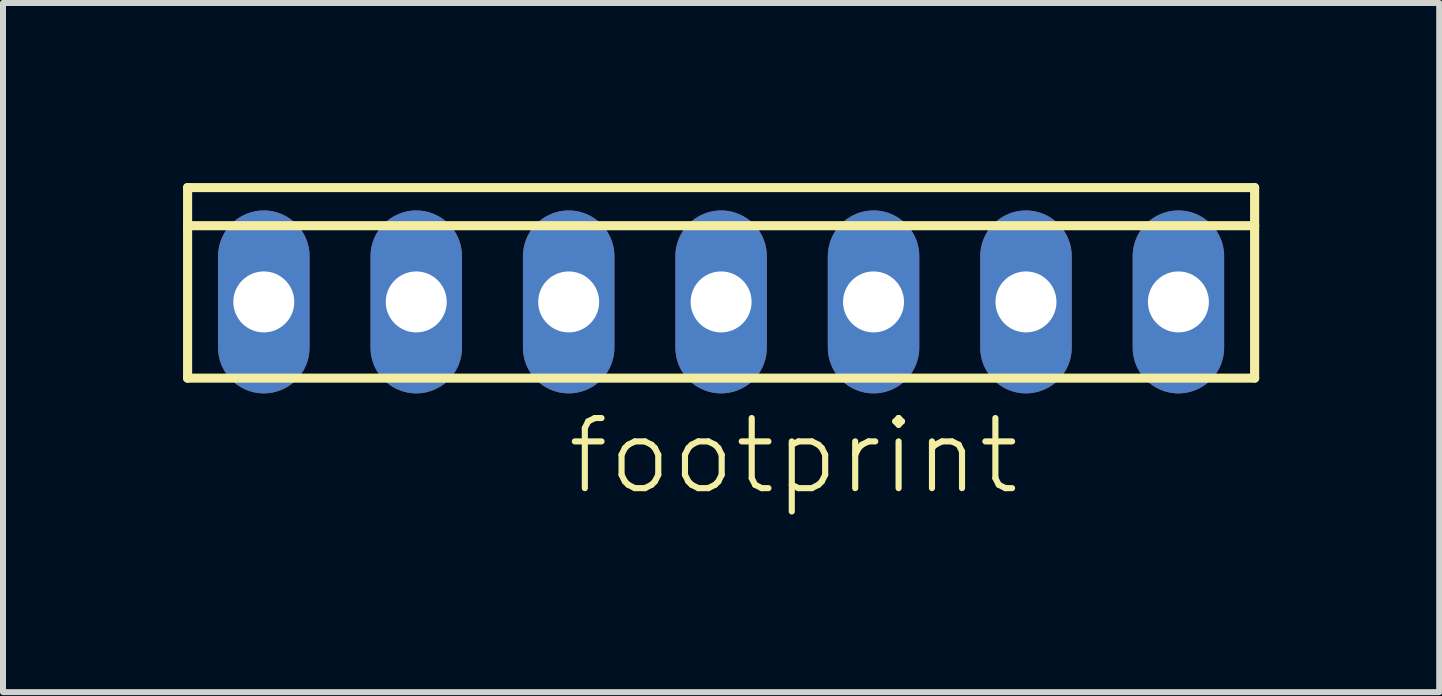
<source format=kicad_pcb>
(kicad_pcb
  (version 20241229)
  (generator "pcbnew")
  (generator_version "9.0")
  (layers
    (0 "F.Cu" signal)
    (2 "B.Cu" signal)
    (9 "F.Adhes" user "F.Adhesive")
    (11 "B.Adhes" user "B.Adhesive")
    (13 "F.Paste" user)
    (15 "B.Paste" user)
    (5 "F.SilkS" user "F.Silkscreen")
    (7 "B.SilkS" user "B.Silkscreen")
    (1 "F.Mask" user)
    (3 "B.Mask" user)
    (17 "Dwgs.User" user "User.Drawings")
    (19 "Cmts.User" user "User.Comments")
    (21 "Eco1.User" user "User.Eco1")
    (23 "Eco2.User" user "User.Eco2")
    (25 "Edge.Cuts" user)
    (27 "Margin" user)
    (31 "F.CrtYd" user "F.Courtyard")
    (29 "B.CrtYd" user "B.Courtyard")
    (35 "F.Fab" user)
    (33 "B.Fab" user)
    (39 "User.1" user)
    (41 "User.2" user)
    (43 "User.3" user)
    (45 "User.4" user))
  (footprint "footprint"
    (layer "F.Cu")
    (at 8.966 1.981)
    (property "Reference" "footprint" (at -2.616 3.251 0) (layer "F.SilkS") (effects (font (size 1.168 1.168) (thickness 0.102)) (justify left bottom)))
    (fp_line (start -8.89 -1.27) (end -8.89 -1.905) (stroke (width 0.152) (type solid)) (layer "F.SilkS"))
    (fp_line (start -8.89 1.27) (end -8.89 -1.27) (stroke (width 0.152) (type solid)) (layer "F.SilkS"))
    (fp_line (start -8.89 1.27) (end 8.89 1.27) (stroke (width 0.152) (type solid)) (layer "F.SilkS"))
    (fp_line (start 8.89 -1.905) (end -8.89 -1.905) (stroke (width 0.152) (type solid)) (layer "F.SilkS"))
    (fp_line (start 8.89 -1.905) (end 8.89 -1.27) (stroke (width 0.152) (type solid)) (layer "F.SilkS"))
    (fp_line (start 8.89 -1.27) (end -8.89 -1.27) (stroke (width 0.152) (type solid)) (layer "F.SilkS"))
    (fp_line (start 8.89 -1.27) (end 8.89 1.27) (stroke (width 0.152) (type solid)) (layer "F.SilkS"))
    (fp_poly (pts (xy -7.874 0.254) (xy -7.366 0.254) (xy -7.366 -0.254) (xy -7.874 -0.254)) (stroke (width 0) (type solid)) (fill yes) (layer "F.SilkS"))
    (fp_poly (pts (xy -5.334 0.254) (xy -4.826 0.254) (xy -4.826 -0.254) (xy -5.334 -0.254)) (stroke (width 0) (type solid)) (fill yes) (layer "F.SilkS"))
    (fp_poly (pts (xy -2.794 0.254) (xy -2.286 0.254) (xy -2.286 -0.254) (xy -2.794 -0.254)) (stroke (width 0) (type solid)) (fill yes) (layer "F.SilkS"))
    (fp_poly (pts (xy -0.254 0.254) (xy 0.254 0.254) (xy 0.254 -0.254) (xy -0.254 -0.254)) (stroke (width 0) (type solid)) (fill yes) (layer "F.SilkS"))
    (fp_poly (pts (xy 2.286 0.254) (xy 2.794 0.254) (xy 2.794 -0.254) (xy 2.286 -0.254)) (stroke (width 0) (type solid)) (fill yes) (layer "F.SilkS"))
    (fp_poly (pts (xy 4.826 0.254) (xy 5.334 0.254) (xy 5.334 -0.254) (xy 4.826 -0.254)) (stroke (width 0) (type solid)) (fill yes) (layer "F.SilkS"))
    (fp_poly (pts (xy 7.366 0.254) (xy 7.874 0.254) (xy 7.874 -0.254) (xy 7.366 -0.254)) (stroke (width 0) (type solid)) (fill yes) (layer "F.SilkS"))
    (pad "1" thru_hole oval (at 7.62 0 90) (size 3.048 1.524) (drill 1.016) (layers "*.Cu" "*.Mask"))
    (pad "2" thru_hole oval (at 5.08 0 90) (size 3.048 1.524) (drill 1.016) (layers "*.Cu" "*.Mask"))
    (pad "3" thru_hole oval (at 2.54 0 90) (size 3.048 1.524) (drill 1.016) (layers "*.Cu" "*.Mask"))
    (pad "4" thru_hole oval (at 0 0 90) (size 3.048 1.524) (drill 1.016) (layers "*.Cu" "*.Mask"))
    (pad "5" thru_hole oval (at -2.54 0 90) (size 3.048 1.524) (drill 1.016) (layers "*.Cu" "*.Mask"))
    (pad "6" thru_hole oval (at -5.08 0 90) (size 3.048 1.524) (drill 1.016) (layers "*.Cu" "*.Mask"))
    (pad "7" thru_hole oval (at -7.62 0 90) (size 3.048 1.524) (drill 1.016) (layers "*.Cu" "*.Mask")))
  (gr_rect
    (start -3 -3)
    (end 20.932 8.483)
    (stroke (width 0.1) (type default))
    (fill no)
    (layer "Edge.Cuts")))
</source>
